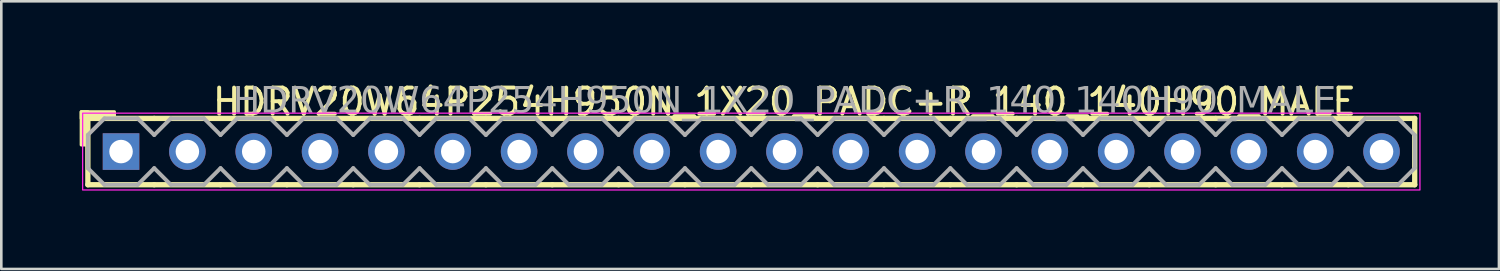
<source format=kicad_pcb>
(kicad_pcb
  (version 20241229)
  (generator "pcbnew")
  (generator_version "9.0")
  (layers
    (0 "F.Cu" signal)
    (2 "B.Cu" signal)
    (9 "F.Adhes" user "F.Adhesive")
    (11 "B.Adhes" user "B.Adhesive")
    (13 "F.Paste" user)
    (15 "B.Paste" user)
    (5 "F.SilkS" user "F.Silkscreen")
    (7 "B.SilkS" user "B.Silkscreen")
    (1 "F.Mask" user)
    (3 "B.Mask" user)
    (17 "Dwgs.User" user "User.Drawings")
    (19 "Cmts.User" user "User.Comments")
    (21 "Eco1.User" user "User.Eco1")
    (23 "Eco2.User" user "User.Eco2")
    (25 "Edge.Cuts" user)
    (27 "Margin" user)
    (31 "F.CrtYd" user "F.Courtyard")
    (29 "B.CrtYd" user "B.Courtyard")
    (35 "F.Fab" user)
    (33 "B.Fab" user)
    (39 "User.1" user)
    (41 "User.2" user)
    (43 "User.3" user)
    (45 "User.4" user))
  (footprint "HDRV20W64P254H950N_1X20_PADC+R_140_140H90_MALE"
    (layer "F.Cu")
    (at 25.714 2.753)
    (property "Reference" "HDRV20W64P254H950N_1X20_PADC+R_140_140H90_MALE" (at 1.27 -1.905 0) (layer "F.SilkS") (effects (font (size 1 1) (thickness 0.15))))
    (attr through_hole)
    (fp_line (start -25.4 1.27) (end -25.4 -1.27) (stroke (width 0.203) (type solid)) (layer "F.SilkS"))
    (fp_line (start -22.86 -1.27) (end -25.4 -1.27) (stroke (width 0.203) (type solid)) (layer "F.SilkS"))
    (fp_line (start -22.86 1.27) (end -25.4 1.27) (stroke (width 0.203) (type solid)) (layer "F.SilkS"))
    (fp_line (start -20.32 -1.27) (end -22.86 -1.27) (stroke (width 0.203) (type solid)) (layer "F.SilkS"))
    (fp_line (start -20.32 1.27) (end -22.86 1.27) (stroke (width 0.203) (type solid)) (layer "F.SilkS"))
    (fp_line (start -17.78 -1.27) (end -20.32 -1.27) (stroke (width 0.203) (type solid)) (layer "F.SilkS"))
    (fp_line (start -17.78 1.27) (end -20.32 1.27) (stroke (width 0.203) (type solid)) (layer "F.SilkS"))
    (fp_line (start -15.24 -1.27) (end -17.78 -1.27) (stroke (width 0.203) (type solid)) (layer "F.SilkS"))
    (fp_line (start -15.24 1.27) (end -17.78 1.27) (stroke (width 0.203) (type solid)) (layer "F.SilkS"))
    (fp_line (start -12.7 -1.27) (end -15.24 -1.27) (stroke (width 0.203) (type solid)) (layer "F.SilkS"))
    (fp_line (start -12.7 1.27) (end -15.24 1.27) (stroke (width 0.203) (type solid)) (layer "F.SilkS"))
    (fp_line (start -10.16 -1.27) (end -12.7 -1.27) (stroke (width 0.203) (type solid)) (layer "F.SilkS"))
    (fp_line (start -10.16 1.27) (end -12.7 1.27) (stroke (width 0.203) (type solid)) (layer "F.SilkS"))
    (fp_line (start -7.62 -1.27) (end -10.16 -1.27) (stroke (width 0.203) (type solid)) (layer "F.SilkS"))
    (fp_line (start -7.62 1.27) (end -10.16 1.27) (stroke (width 0.203) (type solid)) (layer "F.SilkS"))
    (fp_line (start -5.08 -1.27) (end -7.62 -1.27) (stroke (width 0.203) (type solid)) (layer "F.SilkS"))
    (fp_line (start -5.08 1.27) (end -7.62 1.27) (stroke (width 0.203) (type solid)) (layer "F.SilkS"))
    (fp_line (start -2.54 -1.27) (end -5.08 -1.27) (stroke (width 0.203) (type solid)) (layer "F.SilkS"))
    (fp_line (start -2.54 1.27) (end -5.08 1.27) (stroke (width 0.203) (type solid)) (layer "F.SilkS"))
    (fp_line (start 0 -1.27) (end -2.54 -1.27) (stroke (width 0.203) (type solid)) (layer "F.SilkS"))
    (fp_line (start 0 1.27) (end -2.54 1.27) (stroke (width 0.203) (type solid)) (layer "F.SilkS"))
    (fp_line (start 2.54 -1.27) (end 0 -1.27) (stroke (width 0.203) (type solid)) (layer "F.SilkS"))
    (fp_line (start 2.54 1.27) (end 0 1.27) (stroke (width 0.203) (type solid)) (layer "F.SilkS"))
    (fp_line (start 5.08 -1.27) (end 2.54 -1.27) (stroke (width 0.203) (type solid)) (layer "F.SilkS"))
    (fp_line (start 5.08 1.27) (end 2.54 1.27) (stroke (width 0.203) (type solid)) (layer "F.SilkS"))
    (fp_line (start 7.62 -1.27) (end 5.08 -1.27) (stroke (width 0.203) (type solid)) (layer "F.SilkS"))
    (fp_line (start 7.62 1.27) (end 5.08 1.27) (stroke (width 0.203) (type solid)) (layer "F.SilkS"))
    (fp_line (start 10.16 -1.27) (end 7.62 -1.27) (stroke (width 0.203) (type solid)) (layer "F.SilkS"))
    (fp_line (start 10.16 1.27) (end 7.62 1.27) (stroke (width 0.203) (type solid)) (layer "F.SilkS"))
    (fp_line (start 12.7 -1.27) (end 10.16 -1.27) (stroke (width 0.203) (type solid)) (layer "F.SilkS"))
    (fp_line (start 12.7 1.27) (end 10.16 1.27) (stroke (width 0.203) (type solid)) (layer "F.SilkS"))
    (fp_line (start 15.24 -1.27) (end 12.7 -1.27) (stroke (width 0.203) (type solid)) (layer "F.SilkS"))
    (fp_line (start 15.24 1.27) (end 12.7 1.27) (stroke (width 0.203) (type solid)) (layer "F.SilkS"))
    (fp_line (start 17.78 -1.27) (end 15.24 -1.27) (stroke (width 0.203) (type solid)) (layer "F.SilkS"))
    (fp_line (start 17.78 1.27) (end 15.24 1.27) (stroke (width 0.203) (type solid)) (layer "F.SilkS"))
    (fp_line (start 20.32 -1.27) (end 17.78 -1.27) (stroke (width 0.203) (type solid)) (layer "F.SilkS"))
    (fp_line (start 20.32 1.27) (end 17.78 1.27) (stroke (width 0.203) (type solid)) (layer "F.SilkS"))
    (fp_line (start 22.86 -1.27) (end 20.32 -1.27) (stroke (width 0.203) (type solid)) (layer "F.SilkS"))
    (fp_line (start 22.86 1.27) (end 20.32 1.27) (stroke (width 0.203) (type solid)) (layer "F.SilkS"))
    (fp_line (start 25.4 -1.27) (end 22.86 -1.27) (stroke (width 0.203) (type solid)) (layer "F.SilkS"))
    (fp_line (start 25.4 1.27) (end 22.86 1.27) (stroke (width 0.203) (type solid)) (layer "F.SilkS"))
    (fp_line (start 25.4 1.27) (end 25.4 -1.27) (stroke (width 0.203) (type solid)) (layer "F.SilkS"))
    (fp_rect (start -25.654 -0.254) (end -25.4 -1.524) (stroke (width 0.12) (type solid)) (fill yes) (layer "F.SilkS"))
    (fp_rect (start -24.384 -1.27) (end -25.654 -1.524) (stroke (width 0.12) (type solid)) (fill yes) (layer "F.SilkS"))
    (fp_rect (start -25.6 -1.47) (end 25.6 1.47) (stroke (width 0.05) (type default)) (fill no) (layer "F.CrtYd"))
    (fp_line (start -25.4 -0.635) (end -25.4 0.635) (stroke (width 0.152) (type solid)) (layer "F.Fab"))
    (fp_line (start -25.4 -0.635) (end -24.765 -1.27) (stroke (width 0.152) (type solid)) (layer "F.Fab"))
    (fp_line (start -24.765 -1.27) (end -23.495 -1.27) (stroke (width 0.152) (type solid)) (layer "F.Fab"))
    (fp_line (start -24.765 1.27) (end -25.4 0.635) (stroke (width 0.152) (type solid)) (layer "F.Fab"))
    (fp_line (start -23.495 -1.27) (end -22.86 -0.635) (stroke (width 0.152) (type solid)) (layer "F.Fab"))
    (fp_line (start -23.495 1.27) (end -24.765 1.27) (stroke (width 0.152) (type solid)) (layer "F.Fab"))
    (fp_line (start -22.86 -0.635) (end -22.225 -1.27) (stroke (width 0.152) (type solid)) (layer "F.Fab"))
    (fp_line (start -22.86 0.635) (end -23.495 1.27) (stroke (width 0.152) (type solid)) (layer "F.Fab"))
    (fp_line (start -22.225 -1.27) (end -20.955 -1.27) (stroke (width 0.152) (type solid)) (layer "F.Fab"))
    (fp_line (start -22.225 1.27) (end -22.86 0.635) (stroke (width 0.152) (type solid)) (layer "F.Fab"))
    (fp_line (start -20.955 -1.27) (end -20.32 -0.635) (stroke (width 0.152) (type solid)) (layer "F.Fab"))
    (fp_line (start -20.955 1.27) (end -22.225 1.27) (stroke (width 0.152) (type solid)) (layer "F.Fab"))
    (fp_line (start -20.32 -0.635) (end -19.685 -1.27) (stroke (width 0.152) (type solid)) (layer "F.Fab"))
    (fp_line (start -20.32 0.635) (end -20.955 1.27) (stroke (width 0.152) (type solid)) (layer "F.Fab"))
    (fp_line (start -19.685 -1.27) (end -18.415 -1.27) (stroke (width 0.152) (type solid)) (layer "F.Fab"))
    (fp_line (start -19.685 1.27) (end -20.32 0.635) (stroke (width 0.152) (type solid)) (layer "F.Fab"))
    (fp_line (start -18.415 -1.27) (end -17.78 -0.635) (stroke (width 0.152) (type solid)) (layer "F.Fab"))
    (fp_line (start -18.415 1.27) (end -19.685 1.27) (stroke (width 0.152) (type solid)) (layer "F.Fab"))
    (fp_line (start -17.78 -0.635) (end -17.145 -1.27) (stroke (width 0.152) (type solid)) (layer "F.Fab"))
    (fp_line (start -17.78 0.635) (end -18.415 1.27) (stroke (width 0.152) (type solid)) (layer "F.Fab"))
    (fp_line (start -17.145 -1.27) (end -15.875 -1.27) (stroke (width 0.152) (type solid)) (layer "F.Fab"))
    (fp_line (start -17.145 1.27) (end -17.78 0.635) (stroke (width 0.152) (type solid)) (layer "F.Fab"))
    (fp_line (start -15.875 -1.27) (end -15.24 -0.635) (stroke (width 0.152) (type solid)) (layer "F.Fab"))
    (fp_line (start -15.875 1.27) (end -17.145 1.27) (stroke (width 0.152) (type solid)) (layer "F.Fab"))
    (fp_line (start -15.24 -0.635) (end -14.605 -1.27) (stroke (width 0.152) (type solid)) (layer "F.Fab"))
    (fp_line (start -15.24 0.635) (end -15.875 1.27) (stroke (width 0.152) (type solid)) (layer "F.Fab"))
    (fp_line (start -14.605 -1.27) (end -13.335 -1.27) (stroke (width 0.152) (type solid)) (layer "F.Fab"))
    (fp_line (start -14.605 1.27) (end -15.24 0.635) (stroke (width 0.152) (type solid)) (layer "F.Fab"))
    (fp_line (start -13.335 -1.27) (end -12.7 -0.635) (stroke (width 0.152) (type solid)) (layer "F.Fab"))
    (fp_line (start -13.335 1.27) (end -14.605 1.27) (stroke (width 0.152) (type solid)) (layer "F.Fab"))
    (fp_line (start -12.7 -0.635) (end -12.065 -1.27) (stroke (width 0.152) (type solid)) (layer "F.Fab"))
    (fp_line (start -12.7 0.635) (end -13.335 1.27) (stroke (width 0.152) (type solid)) (layer "F.Fab"))
    (fp_line (start -12.065 -1.27) (end -10.795 -1.27) (stroke (width 0.152) (type solid)) (layer "F.Fab"))
    (fp_line (start -12.065 1.27) (end -12.7 0.635) (stroke (width 0.152) (type solid)) (layer "F.Fab"))
    (fp_line (start -10.795 -1.27) (end -10.16 -0.635) (stroke (width 0.152) (type solid)) (layer "F.Fab"))
    (fp_line (start -10.795 1.27) (end -12.065 1.27) (stroke (width 0.152) (type solid)) (layer "F.Fab"))
    (fp_line (start -10.16 -0.635) (end -9.525 -1.27) (stroke (width 0.152) (type solid)) (layer "F.Fab"))
    (fp_line (start -10.16 0.635) (end -10.795 1.27) (stroke (width 0.152) (type solid)) (layer "F.Fab"))
    (fp_line (start -9.525 -1.27) (end -8.255 -1.27) (stroke (width 0.152) (type solid)) (layer "F.Fab"))
    (fp_line (start -9.525 1.27) (end -10.16 0.635) (stroke (width 0.152) (type solid)) (layer "F.Fab"))
    (fp_line (start -8.255 -1.27) (end -7.62 -0.635) (stroke (width 0.152) (type solid)) (layer "F.Fab"))
    (fp_line (start -8.255 1.27) (end -9.525 1.27) (stroke (width 0.152) (type solid)) (layer "F.Fab"))
    (fp_line (start -7.62 -0.635) (end -6.985 -1.27) (stroke (width 0.152) (type solid)) (layer "F.Fab"))
    (fp_line (start -7.62 0.635) (end -8.255 1.27) (stroke (width 0.152) (type solid)) (layer "F.Fab"))
    (fp_line (start -6.985 -1.27) (end -5.715 -1.27) (stroke (width 0.152) (type solid)) (layer "F.Fab"))
    (fp_line (start -6.985 1.27) (end -7.62 0.635) (stroke (width 0.152) (type solid)) (layer "F.Fab"))
    (fp_line (start -5.715 -1.27) (end -5.08 -0.635) (stroke (width 0.152) (type solid)) (layer "F.Fab"))
    (fp_line (start -5.715 1.27) (end -6.985 1.27) (stroke (width 0.152) (type solid)) (layer "F.Fab"))
    (fp_line (start -5.08 -0.635) (end -4.445 -1.27) (stroke (width 0.152) (type solid)) (layer "F.Fab"))
    (fp_line (start -5.08 0.635) (end -5.715 1.27) (stroke (width 0.152) (type solid)) (layer "F.Fab"))
    (fp_line (start -4.445 -1.27) (end -3.175 -1.27) (stroke (width 0.152) (type solid)) (layer "F.Fab"))
    (fp_line (start -4.445 1.27) (end -5.08 0.635) (stroke (width 0.152) (type solid)) (layer "F.Fab"))
    (fp_line (start -3.175 -1.27) (end -2.54 -0.635) (stroke (width 0.152) (type solid)) (layer "F.Fab"))
    (fp_line (start -3.175 1.27) (end -4.445 1.27) (stroke (width 0.152) (type solid)) (layer "F.Fab"))
    (fp_line (start -2.54 -0.635) (end -1.905 -1.27) (stroke (width 0.152) (type solid)) (layer "F.Fab"))
    (fp_line (start -2.54 0.635) (end -3.175 1.27) (stroke (width 0.152) (type solid)) (layer "F.Fab"))
    (fp_line (start -1.905 -1.27) (end -0.635 -1.27) (stroke (width 0.152) (type solid)) (layer "F.Fab"))
    (fp_line (start -1.905 1.27) (end -2.54 0.635) (stroke (width 0.152) (type solid)) (layer "F.Fab"))
    (fp_line (start -0.635 -1.27) (end 0 -0.635) (stroke (width 0.152) (type solid)) (layer "F.Fab"))
    (fp_line (start -0.635 1.27) (end -1.905 1.27) (stroke (width 0.152) (type solid)) (layer "F.Fab"))
    (fp_line (start 0 -0.635) (end 0.635 -1.27) (stroke (width 0.152) (type solid)) (layer "F.Fab"))
    (fp_line (start 0 0.635) (end -0.635 1.27) (stroke (width 0.152) (type solid)) (layer "F.Fab"))
    (fp_line (start 0.635 -1.27) (end 1.905 -1.27) (stroke (width 0.152) (type solid)) (layer "F.Fab"))
    (fp_line (start 0.635 1.27) (end 0 0.635) (stroke (width 0.152) (type solid)) (layer "F.Fab"))
    (fp_line (start 1.905 -1.27) (end 2.54 -0.635) (stroke (width 0.152) (type solid)) (layer "F.Fab"))
    (fp_line (start 1.905 1.27) (end 0.635 1.27) (stroke (width 0.152) (type solid)) (layer "F.Fab"))
    (fp_line (start 2.54 -0.635) (end 3.175 -1.27) (stroke (width 0.152) (type solid)) (layer "F.Fab"))
    (fp_line (start 2.54 0.635) (end 1.905 1.27) (stroke (width 0.152) (type solid)) (layer "F.Fab"))
    (fp_line (start 3.175 -1.27) (end 4.445 -1.27) (stroke (width 0.152) (type solid)) (layer "F.Fab"))
    (fp_line (start 3.175 1.27) (end 2.54 0.635) (stroke (width 0.152) (type solid)) (layer "F.Fab"))
    (fp_line (start 4.445 -1.27) (end 5.08 -0.635) (stroke (width 0.152) (type solid)) (layer "F.Fab"))
    (fp_line (start 4.445 1.27) (end 3.175 1.27) (stroke (width 0.152) (type solid)) (layer "F.Fab"))
    (fp_line (start 5.08 -0.635) (end 5.715 -1.27) (stroke (width 0.152) (type solid)) (layer "F.Fab"))
    (fp_line (start 5.08 0.635) (end 4.445 1.27) (stroke (width 0.152) (type solid)) (layer "F.Fab"))
    (fp_line (start 5.715 -1.27) (end 6.985 -1.27) (stroke (width 0.152) (type solid)) (layer "F.Fab"))
    (fp_line (start 5.715 1.27) (end 5.08 0.635) (stroke (width 0.152) (type solid)) (layer "F.Fab"))
    (fp_line (start 6.985 -1.27) (end 7.62 -0.635) (stroke (width 0.152) (type solid)) (layer "F.Fab"))
    (fp_line (start 6.985 1.27) (end 5.715 1.27) (stroke (width 0.152) (type solid)) (layer "F.Fab"))
    (fp_line (start 7.62 -0.635) (end 8.255 -1.27) (stroke (width 0.152) (type solid)) (layer "F.Fab"))
    (fp_line (start 7.62 0.635) (end 6.985 1.27) (stroke (width 0.152) (type solid)) (layer "F.Fab"))
    (fp_line (start 8.255 -1.27) (end 9.525 -1.27) (stroke (width 0.152) (type solid)) (layer "F.Fab"))
    (fp_line (start 8.255 1.27) (end 7.62 0.635) (stroke (width 0.152) (type solid)) (layer "F.Fab"))
    (fp_line (start 9.525 -1.27) (end 10.16 -0.635) (stroke (width 0.152) (type solid)) (layer "F.Fab"))
    (fp_line (start 9.525 1.27) (end 8.255 1.27) (stroke (width 0.152) (type solid)) (layer "F.Fab"))
    (fp_line (start 10.16 -0.635) (end 10.795 -1.27) (stroke (width 0.152) (type solid)) (layer "F.Fab"))
    (fp_line (start 10.16 0.635) (end 9.525 1.27) (stroke (width 0.152) (type solid)) (layer "F.Fab"))
    (fp_line (start 10.795 -1.27) (end 12.065 -1.27) (stroke (width 0.152) (type solid)) (layer "F.Fab"))
    (fp_line (start 10.795 1.27) (end 10.16 0.635) (stroke (width 0.152) (type solid)) (layer "F.Fab"))
    (fp_line (start 12.065 -1.27) (end 12.7 -0.635) (stroke (width 0.152) (type solid)) (layer "F.Fab"))
    (fp_line (start 12.065 1.27) (end 10.795 1.27) (stroke (width 0.152) (type solid)) (layer "F.Fab"))
    (fp_line (start 12.7 -0.635) (end 13.335 -1.27) (stroke (width 0.152) (type solid)) (layer "F.Fab"))
    (fp_line (start 12.7 0.635) (end 12.065 1.27) (stroke (width 0.152) (type solid)) (layer "F.Fab"))
    (fp_line (start 13.335 -1.27) (end 14.605 -1.27) (stroke (width 0.152) (type solid)) (layer "F.Fab"))
    (fp_line (start 13.335 1.27) (end 12.7 0.635) (stroke (width 0.152) (type solid)) (layer "F.Fab"))
    (fp_line (start 14.605 -1.27) (end 15.24 -0.635) (stroke (width 0.152) (type solid)) (layer "F.Fab"))
    (fp_line (start 14.605 1.27) (end 13.335 1.27) (stroke (width 0.152) (type solid)) (layer "F.Fab"))
    (fp_line (start 15.24 -0.635) (end 15.875 -1.27) (stroke (width 0.152) (type solid)) (layer "F.Fab"))
    (fp_line (start 15.24 0.635) (end 14.605 1.27) (stroke (width 0.152) (type solid)) (layer "F.Fab"))
    (fp_line (start 15.875 -1.27) (end 17.145 -1.27) (stroke (width 0.152) (type solid)) (layer "F.Fab"))
    (fp_line (start 15.875 1.27) (end 15.24 0.635) (stroke (width 0.152) (type solid)) (layer "F.Fab"))
    (fp_line (start 17.145 -1.27) (end 17.78 -0.635) (stroke (width 0.152) (type solid)) (layer "F.Fab"))
    (fp_line (start 17.145 1.27) (end 15.875 1.27) (stroke (width 0.152) (type solid)) (layer "F.Fab"))
    (fp_line (start 17.78 -0.635) (end 18.415 -1.27) (stroke (width 0.152) (type solid)) (layer "F.Fab"))
    (fp_line (start 17.78 0.635) (end 17.145 1.27) (stroke (width 0.152) (type solid)) (layer "F.Fab"))
    (fp_line (start 18.415 -1.27) (end 19.685 -1.27) (stroke (width 0.152) (type solid)) (layer "F.Fab"))
    (fp_line (start 18.415 1.27) (end 17.78 0.635) (stroke (width 0.152) (type solid)) (layer "F.Fab"))
    (fp_line (start 19.685 -1.27) (end 20.32 -0.635) (stroke (width 0.152) (type solid)) (layer "F.Fab"))
    (fp_line (start 19.685 1.27) (end 18.415 1.27) (stroke (width 0.152) (type solid)) (layer "F.Fab"))
    (fp_line (start 20.32 -0.635) (end 20.955 -1.27) (stroke (width 0.152) (type solid)) (layer "F.Fab"))
    (fp_line (start 20.32 0.635) (end 19.685 1.27) (stroke (width 0.152) (type solid)) (layer "F.Fab"))
    (fp_line (start 20.955 -1.27) (end 22.225 -1.27) (stroke (width 0.152) (type solid)) (layer "F.Fab"))
    (fp_line (start 20.955 1.27) (end 20.32 0.635) (stroke (width 0.152) (type solid)) (layer "F.Fab"))
    (fp_line (start 22.225 -1.27) (end 22.86 -0.635) (stroke (width 0.152) (type solid)) (layer "F.Fab"))
    (fp_line (start 22.225 1.27) (end 20.955 1.27) (stroke (width 0.152) (type solid)) (layer "F.Fab"))
    (fp_line (start 22.86 -0.635) (end 23.495 -1.27) (stroke (width 0.152) (type solid)) (layer "F.Fab"))
    (fp_line (start 22.86 0.635) (end 22.225 1.27) (stroke (width 0.152) (type solid)) (layer "F.Fab"))
    (fp_line (start 23.495 -1.27) (end 24.765 -1.27) (stroke (width 0.152) (type solid)) (layer "F.Fab"))
    (fp_line (start 23.495 1.27) (end 22.86 0.635) (stroke (width 0.152) (type solid)) (layer "F.Fab"))
    (fp_line (start 24.765 -1.27) (end 25.4 -0.635) (stroke (width 0.152) (type solid)) (layer "F.Fab"))
    (fp_line (start 24.765 1.27) (end 23.495 1.27) (stroke (width 0.152) (type solid)) (layer "F.Fab"))
    (fp_line (start 25.4 -0.635) (end 25.4 0.635) (stroke (width 0.152) (type solid)) (layer "F.Fab"))
    (fp_line (start 25.4 0.635) (end 24.765 1.27) (stroke (width 0.152) (type solid)) (layer "F.Fab"))
    (fp_rect (start -23.876 -0.254) (end -24.384 0.254) (stroke (width 0.152) (type solid)) (fill no) (layer "F.Fab"))
    (fp_rect (start -21.336 -0.254) (end -21.844 0.254) (stroke (width 0.152) (type solid)) (fill no) (layer "F.Fab"))
    (fp_rect (start -18.796 -0.254) (end -19.304 0.254) (stroke (width 0.152) (type solid)) (fill no) (layer "F.Fab"))
    (fp_rect (start -16.256 -0.254) (end -16.764 0.254) (stroke (width 0.152) (type solid)) (fill no) (layer "F.Fab"))
    (fp_rect (start -13.716 -0.254) (end -14.224 0.254) (stroke (width 0.152) (type solid)) (fill no) (layer "F.Fab"))
    (fp_rect (start -11.176 -0.254) (end -11.684 0.254) (stroke (width 0.152) (type solid)) (fill no) (layer "F.Fab"))
    (fp_rect (start -8.636 -0.254) (end -9.144 0.254) (stroke (width 0.152) (type solid)) (fill no) (layer "F.Fab"))
    (fp_rect (start -6.096 -0.254) (end -6.604 0.254) (stroke (width 0.152) (type solid)) (fill no) (layer "F.Fab"))
    (fp_rect (start -3.556 -0.254) (end -4.064 0.254) (stroke (width 0.152) (type solid)) (fill no) (layer "F.Fab"))
    (fp_rect (start -1.016 -0.254) (end -1.524 0.254) (stroke (width 0.152) (type solid)) (fill no) (layer "F.Fab"))
    (fp_rect (start 1.524 -0.254) (end 1.016 0.254) (stroke (width 0.152) (type solid)) (fill no) (layer "F.Fab"))
    (fp_rect (start 4.064 -0.254) (end 3.556 0.254) (stroke (width 0.152) (type solid)) (fill no) (layer "F.Fab"))
    (fp_rect (start 6.604 -0.254) (end 6.096 0.254) (stroke (width 0.152) (type solid)) (fill no) (layer "F.Fab"))
    (fp_rect (start 9.144 -0.254) (end 8.636 0.254) (stroke (width 0.152) (type solid)) (fill no) (layer "F.Fab"))
    (fp_rect (start 11.684 -0.254) (end 11.176 0.254) (stroke (width 0.152) (type solid)) (fill no) (layer "F.Fab"))
    (fp_rect (start 14.224 -0.254) (end 13.716 0.254) (stroke (width 0.152) (type solid)) (fill no) (layer "F.Fab"))
    (fp_rect (start 16.764 -0.254) (end 16.256 0.254) (stroke (width 0.152) (type solid)) (fill no) (layer "F.Fab"))
    (fp_rect (start 19.304 -0.254) (end 18.796 0.254) (stroke (width 0.152) (type solid)) (fill no) (layer "F.Fab"))
    (fp_rect (start 21.844 -0.254) (end 21.336 0.254) (stroke (width 0.152) (type solid)) (fill no) (layer "F.Fab"))
    (fp_rect (start 24.384 -0.254) (end 23.876 0.254) (stroke (width 0.152) (type solid)) (fill no) (layer "F.Fab"))
    (fp_text user "${REFERENCE}" (at 1.27 -1.905 0) (layer "F.Fab") (effects (font (face "Tahoma") (size 1 1) (thickness 0.15))))
    (pad "1" thru_hole rect (at -24.13 0) (size 1.4 1.4) (drill 0.9) (layers "*.Cu" "*.Mask"))
    (pad "2" thru_hole circle (at -21.59 0) (size 1.4 1.4) (drill 0.9) (layers "*.Cu" "*.Mask"))
    (pad "3" thru_hole circle (at -19.05 0) (size 1.4 1.4) (drill 0.9) (layers "*.Cu" "*.Mask"))
    (pad "4" thru_hole circle (at -16.51 0) (size 1.4 1.4) (drill 0.9) (layers "*.Cu" "*.Mask"))
    (pad "5" thru_hole circle (at -13.97 0) (size 1.4 1.4) (drill 0.9) (layers "*.Cu" "*.Mask"))
    (pad "6" thru_hole circle (at -11.43 0) (size 1.4 1.4) (drill 0.9) (layers "*.Cu" "*.Mask"))
    (pad "7" thru_hole circle (at -8.89 0) (size 1.4 1.4) (drill 0.9) (layers "*.Cu" "*.Mask"))
    (pad "8" thru_hole circle (at -6.35 0) (size 1.4 1.4) (drill 0.9) (layers "*.Cu" "*.Mask"))
    (pad "9" thru_hole circle (at -3.81 0) (size 1.4 1.4) (drill 0.9) (layers "*.Cu" "*.Mask"))
    (pad "10" thru_hole circle (at -1.27 0) (size 1.4 1.4) (drill 0.9) (layers "*.Cu" "*.Mask"))
    (pad "11" thru_hole circle (at 1.27 0) (size 1.4 1.4) (drill 0.9) (layers "*.Cu" "*.Mask"))
    (pad "12" thru_hole circle (at 3.81 0) (size 1.4 1.4) (drill 0.9) (layers "*.Cu" "*.Mask"))
    (pad "13" thru_hole circle (at 6.35 0) (size 1.4 1.4) (drill 0.9) (layers "*.Cu" "*.Mask"))
    (pad "14" thru_hole circle (at 8.89 0) (size 1.4 1.4) (drill 0.9) (layers "*.Cu" "*.Mask"))
    (pad "15" thru_hole circle (at 11.43 0) (size 1.4 1.4) (drill 0.9) (layers "*.Cu" "*.Mask"))
    (pad "16" thru_hole circle (at 13.97 0) (size 1.4 1.4) (drill 0.9) (layers "*.Cu" "*.Mask"))
    (pad "17" thru_hole circle (at 16.51 0) (size 1.4 1.4) (drill 0.9) (layers "*.Cu" "*.Mask"))
    (pad "18" thru_hole circle (at 19.05 0) (size 1.4 1.4) (drill 0.9) (layers "*.Cu" "*.Mask"))
    (pad "19" thru_hole circle (at 21.59 0) (size 1.4 1.4) (drill 0.9) (layers "*.Cu" "*.Mask"))
    (pad "20" thru_hole circle (at 24.13 0) (size 1.4 1.4) (drill 0.9) (layers "*.Cu" "*.Mask")))
  (gr_rect
    (start -3 -3)
    (end 54.339 7.248)
    (stroke (width 0.1) (type default))
    (fill no)
    (layer "Edge.Cuts")))
</source>
